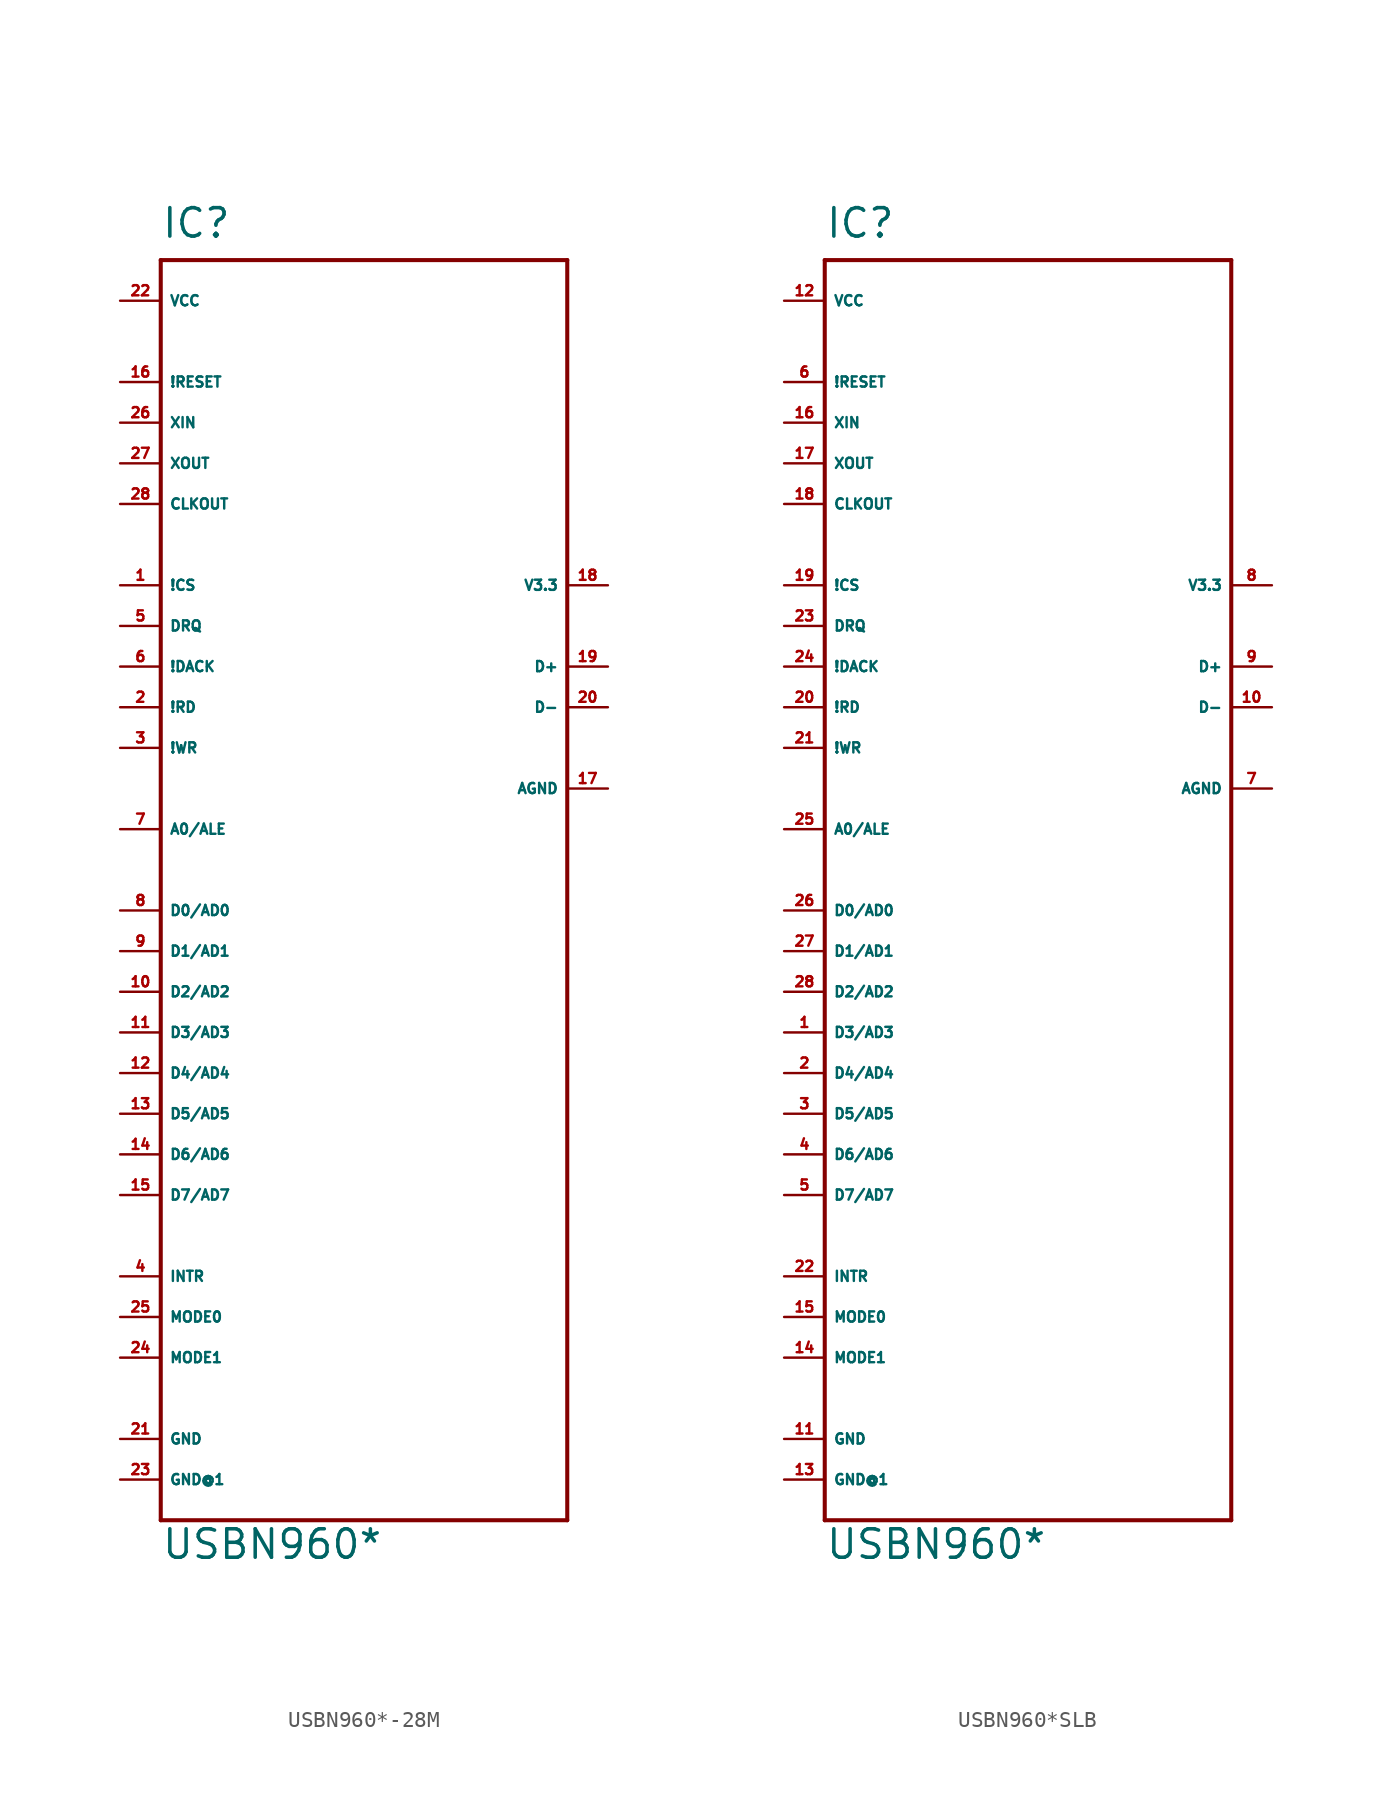
<source format=kicad_sym>
(kicad_symbol_lib
  (version 20220914)
  (generator Eagle2Kicad)
  (symbol "USBN960*-28M"
    (property "Reference" "IC"
      (at -12.7 39.37 0)
      (effects (font (size 1.778 1.778) (thickness 0.22)) (justify left bottom)))
    (property "Value" "USBN960*"
      (at -12.7 -43.18 0)
      (effects (font (size 1.778 1.778) (thickness 0.22)) (justify left bottom)))
    (polyline
      (pts (xy -12.7 -40.64) (xy 12.7 -40.64))
      (stroke (width 0.254) (type default))
      (fill (type none)))
    (polyline
      (pts (xy 12.7 -40.64) (xy 12.7 38.1))
      (stroke (width 0.254) (type default))
      (fill (type none)))
    (polyline
      (pts (xy 12.7 38.1) (xy -12.7 38.1))
      (stroke (width 0.254) (type default))
      (fill (type none)))
    (polyline
      (pts (xy -12.7 38.1) (xy -12.7 -40.64))
      (stroke (width 0.254) (type default))
      (fill (type none)))
    (pin input line
      (at -15.24 17.78 0)
      (length 2.54)
      (name "!CS" (effects (font (size 0.635 0.635) (thickness 0.08)) (justify left bottom)))
      (number "1" (effects (font (size 0.635 0.635) (thickness 0.08)) (justify left bottom))))
    (pin input line
      (at -15.24 10.16 0)
      (length 2.54)
      (name "!RD" (effects (font (size 0.635 0.635) (thickness 0.08)) (justify left bottom)))
      (number "2" (effects (font (size 0.635 0.635) (thickness 0.08)) (justify left bottom))))
    (pin input line
      (at -15.24 7.62 0)
      (length 2.54)
      (name "!WR" (effects (font (size 0.635 0.635) (thickness 0.08)) (justify left bottom)))
      (number "3" (effects (font (size 0.635 0.635) (thickness 0.08)) (justify left bottom))))
    (pin input line
      (at -15.24 2.54 0)
      (length 2.54)
      (name "A0/ALE" (effects (font (size 0.635 0.635) (thickness 0.08)) (justify left bottom)))
      (number "7" (effects (font (size 0.635 0.635) (thickness 0.08)) (justify left bottom))))
    (pin input line
      (at -15.24 -2.54 0)
      (length 2.54)
      (name "D0/AD0" (effects (font (size 0.635 0.635) (thickness 0.08)) (justify left bottom)))
      (number "8" (effects (font (size 0.635 0.635) (thickness 0.08)) (justify left bottom))))
    (pin input line
      (at -15.24 -5.08 0)
      (length 2.54)
      (name "D1/AD1" (effects (font (size 0.635 0.635) (thickness 0.08)) (justify left bottom)))
      (number "9" (effects (font (size 0.635 0.635) (thickness 0.08)) (justify left bottom))))
    (pin input line
      (at -15.24 -7.62 0)
      (length 2.54)
      (name "D2/AD2" (effects (font (size 0.635 0.635) (thickness 0.08)) (justify left bottom)))
      (number "10" (effects (font (size 0.635 0.635) (thickness 0.08)) (justify left bottom))))
    (pin input line
      (at -15.24 -10.16 0)
      (length 2.54)
      (name "D3/AD3" (effects (font (size 0.635 0.635) (thickness 0.08)) (justify left bottom)))
      (number "11" (effects (font (size 0.635 0.635) (thickness 0.08)) (justify left bottom))))
    (pin input line
      (at -15.24 -12.7 0)
      (length 2.54)
      (name "D4/AD4" (effects (font (size 0.635 0.635) (thickness 0.08)) (justify left bottom)))
      (number "12" (effects (font (size 0.635 0.635) (thickness 0.08)) (justify left bottom))))
    (pin input line
      (at -15.24 -15.24 0)
      (length 2.54)
      (name "D5/AD5" (effects (font (size 0.635 0.635) (thickness 0.08)) (justify left bottom)))
      (number "13" (effects (font (size 0.635 0.635) (thickness 0.08)) (justify left bottom))))
    (pin input line
      (at -15.24 -17.78 0)
      (length 2.54)
      (name "D6/AD6" (effects (font (size 0.635 0.635) (thickness 0.08)) (justify left bottom)))
      (number "14" (effects (font (size 0.635 0.635) (thickness 0.08)) (justify left bottom))))
    (pin input line
      (at -15.24 -20.32 0)
      (length 2.54)
      (name "D7/AD7" (effects (font (size 0.635 0.635) (thickness 0.08)) (justify left bottom)))
      (number "15" (effects (font (size 0.635 0.635) (thickness 0.08)) (justify left bottom))))
    (pin input line
      (at -15.24 -25.4 0)
      (length 2.54)
      (name "INTR" (effects (font (size 0.635 0.635) (thickness 0.08)) (justify left bottom)))
      (number "4" (effects (font (size 0.635 0.635) (thickness 0.08)) (justify left bottom))))
    (pin input line
      (at -15.24 -27.94 0)
      (length 2.54)
      (name "MODE0" (effects (font (size 0.635 0.635) (thickness 0.08)) (justify left bottom)))
      (number "25" (effects (font (size 0.635 0.635) (thickness 0.08)) (justify left bottom))))
    (pin input line
      (at -15.24 30.48 0)
      (length 2.54)
      (name "!RESET" (effects (font (size 0.635 0.635) (thickness 0.08)) (justify left bottom)))
      (number "16" (effects (font (size 0.635 0.635) (thickness 0.08)) (justify left bottom))))
    (pin unspecified line
      (at -15.24 35.56 0)
      (length 2.54)
      (name "VCC" (effects (font (size 0.635 0.635) (thickness 0.08)) (justify left bottom)))
      (number "22" (effects (font (size 0.635 0.635) (thickness 0.08)) (justify left bottom))))
    (pin unspecified line
      (at -15.24 -35.56 0)
      (length 2.54)
      (name "GND" (effects (font (size 0.635 0.635) (thickness 0.08)) (justify left bottom)))
      (number "21" (effects (font (size 0.635 0.635) (thickness 0.08)) (justify left bottom))))
    (pin input line
      (at -15.24 27.94 0)
      (length 2.54)
      (name "XIN" (effects (font (size 0.635 0.635) (thickness 0.08)) (justify left bottom)))
      (number "26" (effects (font (size 0.635 0.635) (thickness 0.08)) (justify left bottom))))
    (pin output line
      (at -15.24 25.4 0)
      (length 2.54)
      (name "XOUT" (effects (font (size 0.635 0.635) (thickness 0.08)) (justify left bottom)))
      (number "27" (effects (font (size 0.635 0.635) (thickness 0.08)) (justify left bottom))))
    (pin output line
      (at -15.24 22.86 0)
      (length 2.54)
      (name "CLKOUT" (effects (font (size 0.635 0.635) (thickness 0.08)) (justify left bottom)))
      (number "28" (effects (font (size 0.635 0.635) (thickness 0.08)) (justify left bottom))))
    (pin output line
      (at 15.24 17.78 180)
      (length 2.54)
      (name "V3.3" (effects (font (size 0.635 0.635) (thickness 0.08)) (justify left bottom)))
      (number "18" (effects (font (size 0.635 0.635) (thickness 0.08)) (justify left bottom))))
    (pin unspecified line
      (at 15.24 5.08 180)
      (length 2.54)
      (name "AGND" (effects (font (size 0.635 0.635) (thickness 0.08)) (justify left bottom)))
      (number "17" (effects (font (size 0.635 0.635) (thickness 0.08)) (justify left bottom))))
    (pin bidirectional line
      (at 15.24 12.7 180)
      (length 2.54)
      (name "D+" (effects (font (size 0.635 0.635) (thickness 0.08)) (justify left bottom)))
      (number "19" (effects (font (size 0.635 0.635) (thickness 0.08)) (justify left bottom))))
    (pin bidirectional line
      (at 15.24 10.16 180)
      (length 2.54)
      (name "D-" (effects (font (size 0.635 0.635) (thickness 0.08)) (justify left bottom)))
      (number "20" (effects (font (size 0.635 0.635) (thickness 0.08)) (justify left bottom))))
    (pin input line
      (at -15.24 -30.48 0)
      (length 2.54)
      (name "MODE1" (effects (font (size 0.635 0.635) (thickness 0.08)) (justify left bottom)))
      (number "24" (effects (font (size 0.635 0.635) (thickness 0.08)) (justify left bottom))))
    (pin unspecified line
      (at -15.24 -38.1 0)
      (length 2.54)
      (name "GND@1" (effects (font (size 0.635 0.635) (thickness 0.08)) (justify left bottom)))
      (number "23" (effects (font (size 0.635 0.635) (thickness 0.08)) (justify left bottom))))
    (pin input line
      (at -15.24 15.24 0)
      (length 2.54)
      (name "DRQ" (effects (font (size 0.635 0.635) (thickness 0.08)) (justify left bottom)))
      (number "5" (effects (font (size 0.635 0.635) (thickness 0.08)) (justify left bottom))))
    (pin input line
      (at -15.24 12.7 0)
      (length 2.54)
      (name "!DACK" (effects (font (size 0.635 0.635) (thickness 0.08)) (justify left bottom)))
      (number "6" (effects (font (size 0.635 0.635) (thickness 0.08)) (justify left bottom)))))
  (symbol "USBN960*SLB"
    (property "Reference" "IC"
      (at -12.7 39.37 0)
      (effects (font (size 1.778 1.778) (thickness 0.22)) (justify left bottom)))
    (property "Value" "USBN960*"
      (at -12.7 -43.18 0)
      (effects (font (size 1.778 1.778) (thickness 0.22)) (justify left bottom)))
    (polyline
      (pts (xy -12.7 -40.64) (xy 12.7 -40.64))
      (stroke (width 0.254) (type default))
      (fill (type none)))
    (polyline
      (pts (xy 12.7 -40.64) (xy 12.7 38.1))
      (stroke (width 0.254) (type default))
      (fill (type none)))
    (polyline
      (pts (xy 12.7 38.1) (xy -12.7 38.1))
      (stroke (width 0.254) (type default))
      (fill (type none)))
    (polyline
      (pts (xy -12.7 38.1) (xy -12.7 -40.64))
      (stroke (width 0.254) (type default))
      (fill (type none)))
    (pin input line
      (at -15.24 17.78 0)
      (length 2.54)
      (name "!CS" (effects (font (size 0.635 0.635) (thickness 0.08)) (justify left bottom)))
      (number "19" (effects (font (size 0.635 0.635) (thickness 0.08)) (justify left bottom))))
    (pin input line
      (at -15.24 10.16 0)
      (length 2.54)
      (name "!RD" (effects (font (size 0.635 0.635) (thickness 0.08)) (justify left bottom)))
      (number "20" (effects (font (size 0.635 0.635) (thickness 0.08)) (justify left bottom))))
    (pin input line
      (at -15.24 7.62 0)
      (length 2.54)
      (name "!WR" (effects (font (size 0.635 0.635) (thickness 0.08)) (justify left bottom)))
      (number "21" (effects (font (size 0.635 0.635) (thickness 0.08)) (justify left bottom))))
    (pin input line
      (at -15.24 2.54 0)
      (length 2.54)
      (name "A0/ALE" (effects (font (size 0.635 0.635) (thickness 0.08)) (justify left bottom)))
      (number "25" (effects (font (size 0.635 0.635) (thickness 0.08)) (justify left bottom))))
    (pin input line
      (at -15.24 -2.54 0)
      (length 2.54)
      (name "D0/AD0" (effects (font (size 0.635 0.635) (thickness 0.08)) (justify left bottom)))
      (number "26" (effects (font (size 0.635 0.635) (thickness 0.08)) (justify left bottom))))
    (pin input line
      (at -15.24 -5.08 0)
      (length 2.54)
      (name "D1/AD1" (effects (font (size 0.635 0.635) (thickness 0.08)) (justify left bottom)))
      (number "27" (effects (font (size 0.635 0.635) (thickness 0.08)) (justify left bottom))))
    (pin input line
      (at -15.24 -7.62 0)
      (length 2.54)
      (name "D2/AD2" (effects (font (size 0.635 0.635) (thickness 0.08)) (justify left bottom)))
      (number "28" (effects (font (size 0.635 0.635) (thickness 0.08)) (justify left bottom))))
    (pin input line
      (at -15.24 -10.16 0)
      (length 2.54)
      (name "D3/AD3" (effects (font (size 0.635 0.635) (thickness 0.08)) (justify left bottom)))
      (number "1" (effects (font (size 0.635 0.635) (thickness 0.08)) (justify left bottom))))
    (pin input line
      (at -15.24 -12.7 0)
      (length 2.54)
      (name "D4/AD4" (effects (font (size 0.635 0.635) (thickness 0.08)) (justify left bottom)))
      (number "2" (effects (font (size 0.635 0.635) (thickness 0.08)) (justify left bottom))))
    (pin input line
      (at -15.24 -15.24 0)
      (length 2.54)
      (name "D5/AD5" (effects (font (size 0.635 0.635) (thickness 0.08)) (justify left bottom)))
      (number "3" (effects (font (size 0.635 0.635) (thickness 0.08)) (justify left bottom))))
    (pin input line
      (at -15.24 -17.78 0)
      (length 2.54)
      (name "D6/AD6" (effects (font (size 0.635 0.635) (thickness 0.08)) (justify left bottom)))
      (number "4" (effects (font (size 0.635 0.635) (thickness 0.08)) (justify left bottom))))
    (pin input line
      (at -15.24 -20.32 0)
      (length 2.54)
      (name "D7/AD7" (effects (font (size 0.635 0.635) (thickness 0.08)) (justify left bottom)))
      (number "5" (effects (font (size 0.635 0.635) (thickness 0.08)) (justify left bottom))))
    (pin input line
      (at -15.24 -25.4 0)
      (length 2.54)
      (name "INTR" (effects (font (size 0.635 0.635) (thickness 0.08)) (justify left bottom)))
      (number "22" (effects (font (size 0.635 0.635) (thickness 0.08)) (justify left bottom))))
    (pin input line
      (at -15.24 -27.94 0)
      (length 2.54)
      (name "MODE0" (effects (font (size 0.635 0.635) (thickness 0.08)) (justify left bottom)))
      (number "15" (effects (font (size 0.635 0.635) (thickness 0.08)) (justify left bottom))))
    (pin input line
      (at -15.24 30.48 0)
      (length 2.54)
      (name "!RESET" (effects (font (size 0.635 0.635) (thickness 0.08)) (justify left bottom)))
      (number "6" (effects (font (size 0.635 0.635) (thickness 0.08)) (justify left bottom))))
    (pin unspecified line
      (at -15.24 35.56 0)
      (length 2.54)
      (name "VCC" (effects (font (size 0.635 0.635) (thickness 0.08)) (justify left bottom)))
      (number "12" (effects (font (size 0.635 0.635) (thickness 0.08)) (justify left bottom))))
    (pin unspecified line
      (at -15.24 -35.56 0)
      (length 2.54)
      (name "GND" (effects (font (size 0.635 0.635) (thickness 0.08)) (justify left bottom)))
      (number "11" (effects (font (size 0.635 0.635) (thickness 0.08)) (justify left bottom))))
    (pin input line
      (at -15.24 27.94 0)
      (length 2.54)
      (name "XIN" (effects (font (size 0.635 0.635) (thickness 0.08)) (justify left bottom)))
      (number "16" (effects (font (size 0.635 0.635) (thickness 0.08)) (justify left bottom))))
    (pin output line
      (at -15.24 25.4 0)
      (length 2.54)
      (name "XOUT" (effects (font (size 0.635 0.635) (thickness 0.08)) (justify left bottom)))
      (number "17" (effects (font (size 0.635 0.635) (thickness 0.08)) (justify left bottom))))
    (pin output line
      (at -15.24 22.86 0)
      (length 2.54)
      (name "CLKOUT" (effects (font (size 0.635 0.635) (thickness 0.08)) (justify left bottom)))
      (number "18" (effects (font (size 0.635 0.635) (thickness 0.08)) (justify left bottom))))
    (pin output line
      (at 15.24 17.78 180)
      (length 2.54)
      (name "V3.3" (effects (font (size 0.635 0.635) (thickness 0.08)) (justify left bottom)))
      (number "8" (effects (font (size 0.635 0.635) (thickness 0.08)) (justify left bottom))))
    (pin unspecified line
      (at 15.24 5.08 180)
      (length 2.54)
      (name "AGND" (effects (font (size 0.635 0.635) (thickness 0.08)) (justify left bottom)))
      (number "7" (effects (font (size 0.635 0.635) (thickness 0.08)) (justify left bottom))))
    (pin bidirectional line
      (at 15.24 12.7 180)
      (length 2.54)
      (name "D+" (effects (font (size 0.635 0.635) (thickness 0.08)) (justify left bottom)))
      (number "9" (effects (font (size 0.635 0.635) (thickness 0.08)) (justify left bottom))))
    (pin bidirectional line
      (at 15.24 10.16 180)
      (length 2.54)
      (name "D-" (effects (font (size 0.635 0.635) (thickness 0.08)) (justify left bottom)))
      (number "10" (effects (font (size 0.635 0.635) (thickness 0.08)) (justify left bottom))))
    (pin input line
      (at -15.24 -30.48 0)
      (length 2.54)
      (name "MODE1" (effects (font (size 0.635 0.635) (thickness 0.08)) (justify left bottom)))
      (number "14" (effects (font (size 0.635 0.635) (thickness 0.08)) (justify left bottom))))
    (pin unspecified line
      (at -15.24 -38.1 0)
      (length 2.54)
      (name "GND@1" (effects (font (size 0.635 0.635) (thickness 0.08)) (justify left bottom)))
      (number "13" (effects (font (size 0.635 0.635) (thickness 0.08)) (justify left bottom))))
    (pin input line
      (at -15.24 15.24 0)
      (length 2.54)
      (name "DRQ" (effects (font (size 0.635 0.635) (thickness 0.08)) (justify left bottom)))
      (number "23" (effects (font (size 0.635 0.635) (thickness 0.08)) (justify left bottom))))
    (pin input line
      (at -15.24 12.7 0)
      (length 2.54)
      (name "!DACK" (effects (font (size 0.635 0.635) (thickness 0.08)) (justify left bottom)))
      (number "24" (effects (font (size 0.635 0.635) (thickness 0.08)) (justify left bottom))))))
</source>
